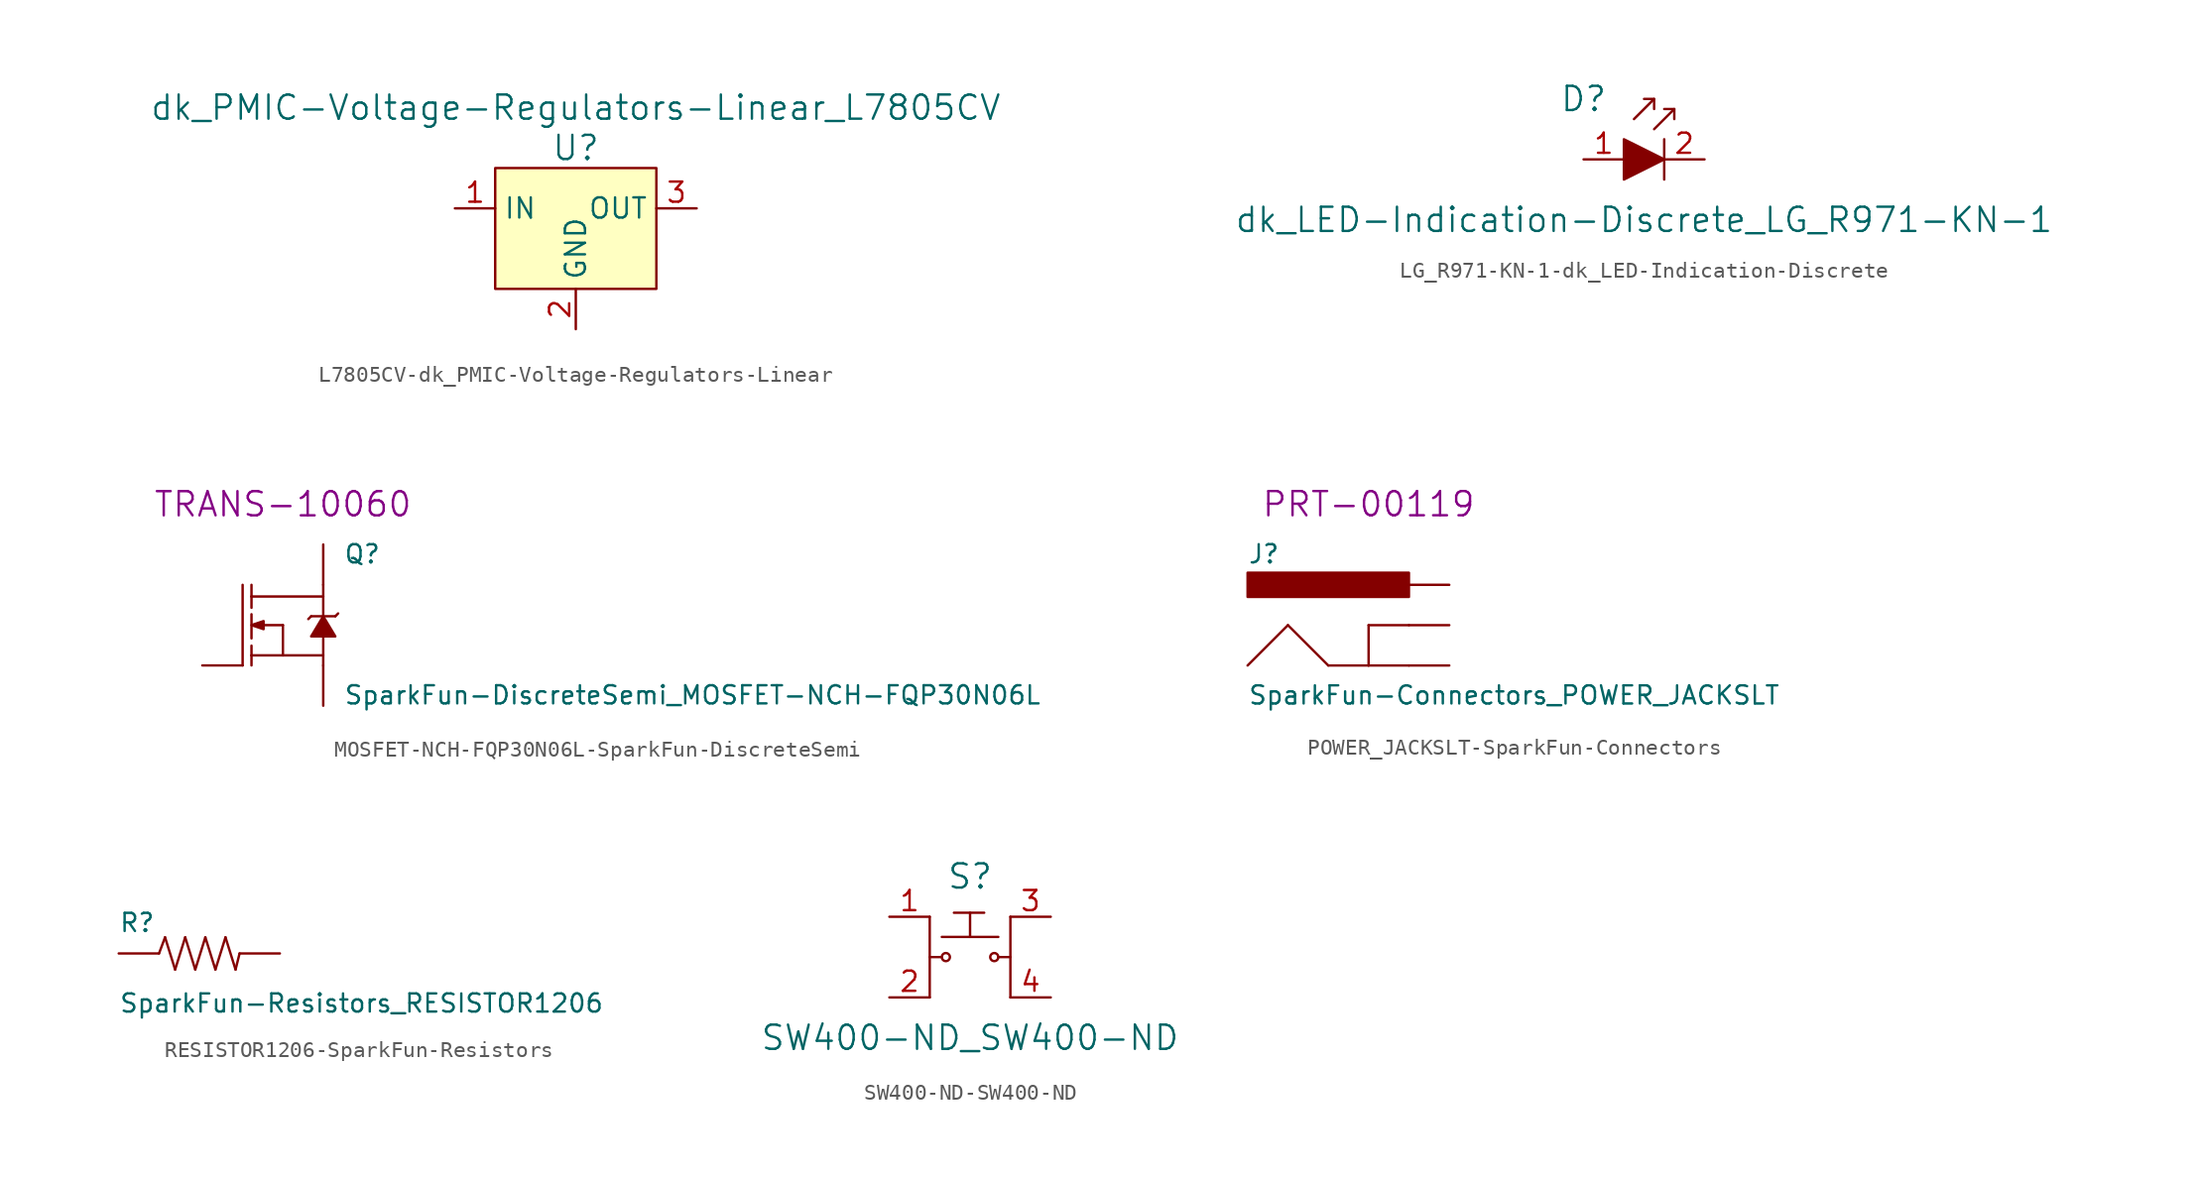
<source format=kicad_sym>
(kicad_symbol_lib
  (version 20231120)
  (generator "kicad_symbol_editor")
  (generator_version "8.0")
  (symbol "L7805CV-dk_PMIC-Voltage-Regulators-Linear"
    (property "Reference" "U"
      (at 0 3.81 0)
      (effects (font (size 1.524 1.524))))
    (property "Value" "dk_PMIC-Voltage-Regulators-Linear_L7805CV"
      (at 0 6.35 0)
      (effects (font (size 1.524 1.524))))
    (symbol "L7805CV-dk_PMIC-Voltage-Regulators-Linear_1_1"
      (rectangle (start -5.08 2.54) (end 5.08 -5.08) (stroke (width 0) (type solid)) (fill (type background)))
      (pin power_in line (at -7.62 0 0) (length 2.54) (name "IN" (effects (font (size 1.27 1.27)))) (number "1" (effects (font (size 1.27 1.27)))))
      (pin power_in line (at 0 -7.62 90) (length 2.54) (name "GND" (effects (font (size 1.27 1.27)))) (number "2" (effects (font (size 1.27 1.27)))))
      (pin power_out line (at 7.62 0 180) (length 2.54) (name "OUT" (effects (font (size 1.27 1.27)))) (number "3" (effects (font (size 1.27 1.27)))))))
  (symbol "LG_R971-KN-1-dk_LED-Indication-Discrete"
    (pin_names
      (offset 0))
    (property "Reference" "D"
      (at -5.08 3.81 0)
      (effects (font (size 1.524 1.524))))
    (property "Value" "dk_LED-Indication-Discrete_LG_R971-KN-1"
      (at -1.27 -3.81 0)
      (effects (font (size 1.524 1.524))))
    (symbol "LG_R971-KN-1-dk_LED-Indication-Discrete_0_1"
      (polyline (pts (xy -0.635 3.81) (xy -1.905 2.54)) (stroke (width 0) (type solid)) (fill (type none)))
      (polyline (pts (xy 0 1.27) (xy 0 -1.27)) (stroke (width 0) (type solid)) (fill (type none)))
      (polyline (pts (xy 0.635 3.175) (xy -0.635 1.905)) (stroke (width 0) (type solid)) (fill (type none)))
      (polyline (pts (xy -1.27 3.81) (xy -0.635 3.81) (xy -0.635 3.175)) (stroke (width 0) (type solid)) (fill (type none)))
      (polyline (pts (xy 0 3.175) (xy 0.635 3.175) (xy 0.635 2.54)) (stroke (width 0) (type solid)) (fill (type none)))
      (polyline (pts (xy -2.54 1.27) (xy -2.54 -1.27) (xy 0 0) (xy -2.54 1.27)) (stroke (width 0) (type solid)) (fill (type outline))))
    (symbol "LG_R971-KN-1-dk_LED-Indication-Discrete_1_1"
      (pin passive line (at -5.08 0 0) (length 2.54) (name "~" (effects (font (size 1.27 1.27)))) (number "1" (effects (font (size 1.27 1.27)))))
      (pin passive line (at 2.54 0 180) (length 2.54) (name "~" (effects (font (size 1.27 1.27)))) (number "2" (effects (font (size 1.27 1.27)))))))
  (symbol "MOSFET-NCH-FQP30N06L-SparkFun-DiscreteSemi"
    (pin_numbers hide)
    (pin_names
      (offset 1.016) hide)
    (property "Reference" "Q"
      (at 3.81 3.81 0)
      (effects (font (size 1.143 1.143)) (justify left bottom)))
    (property "Value" "SparkFun-DiscreteSemi_MOSFET-NCH-FQP30N06L"
      (at 3.81 -5.08 0)
      (effects (font (size 1.143 1.143)) (justify left bottom)))
    (property "Field5" "TRANS-10060"
      (at 0 7.62 0)
      (effects (font (size 1.524 1.524))))
    (property "ki_locked" ""
      (at 0 0 0)
      (effects (font (size 1.27 1.27))))
    (symbol "MOSFET-NCH-FQP30N06L-SparkFun-DiscreteSemi_1_0"
      (polyline (pts (xy -2.54 -2.54) (xy -2.54 2.54)) (stroke (width 0) (type solid)) (fill (type none)))
      (polyline (pts (xy -1.981 -1.905) (xy -1.981 -2.54)) (stroke (width 0) (type solid)) (fill (type none)))
      (polyline (pts (xy -1.981 -1.905) (xy 0 -1.905)) (stroke (width 0) (type solid)) (fill (type none)))
      (polyline (pts (xy -1.981 -1.295) (xy -1.981 -1.905)) (stroke (width 0) (type solid)) (fill (type none)))
      (polyline (pts (xy -1.981 0.686) (xy -1.981 -0.838)) (stroke (width 0) (type solid)) (fill (type none)))
      (polyline (pts (xy -1.981 1.803) (xy -1.981 1.092)) (stroke (width 0) (type solid)) (fill (type none)))
      (polyline (pts (xy -1.981 1.803) (xy 2.54 1.803)) (stroke (width 0) (type solid)) (fill (type none)))
      (polyline (pts (xy -1.981 2.54) (xy -1.981 1.803)) (stroke (width 0) (type solid)) (fill (type none)))
      (polyline (pts (xy 0 -1.905) (xy 0 0)) (stroke (width 0) (type solid)) (fill (type none)))
      (polyline (pts (xy 0 0) (xy -1.219 0)) (stroke (width 0) (type solid)) (fill (type none)))
      (polyline (pts (xy 1.6 0.381) (xy 1.778 0.559)) (stroke (width 0) (type solid)) (fill (type none)))
      (polyline (pts (xy 2.54 -2.54) (xy 2.54 -1.905)) (stroke (width 0) (type solid)) (fill (type none)))
      (polyline (pts (xy 2.54 -1.905) (xy 0 -1.905)) (stroke (width 0) (type solid)) (fill (type none)))
      (polyline (pts (xy 2.54 -0.711) (xy 2.54 -1.905)) (stroke (width 0) (type solid)) (fill (type none)))
      (polyline (pts (xy 2.54 0.559) (xy 1.778 0.559)) (stroke (width 0) (type solid)) (fill (type none)))
      (polyline (pts (xy 2.54 0.559) (xy 3.302 0.559)) (stroke (width 0) (type solid)) (fill (type none)))
      (polyline (pts (xy 2.54 1.803) (xy 2.54 0.559)) (stroke (width 0) (type solid)) (fill (type none)))
      (polyline (pts (xy 2.54 2.54) (xy 2.54 1.803)) (stroke (width 0) (type solid)) (fill (type none)))
      (polyline (pts (xy 3.302 0.559) (xy 3.48 0.737)) (stroke (width 0) (type solid)) (fill (type none))))
    (symbol "MOSFET-NCH-FQP30N06L-SparkFun-DiscreteSemi_1_1"
      (polyline (pts (xy -1.981 0) (xy -1.219 0.254) (xy -1.219 0.254) (xy -1.219 -0.254) (xy -1.219 -0.254) (xy -1.981 0)) (stroke (width 0) (type solid)) (fill (type outline)))
      (polyline (pts (xy 1.778 -0.711) (xy 2.54 0.559) (xy 2.54 0.559) (xy 3.302 -0.711) (xy 3.302 -0.711) (xy 1.778 -0.711)) (stroke (width 0) (type solid)) (fill (type outline)))
      (pin bidirectional line (at -5.08 -2.54 0) (length 2.54) (name "G" (effects (font (size 1.016 1.016)))) (number "1" (effects (font (size 1.016 1.016)))))
      (pin bidirectional line (at 2.54 5.08 270) (length 2.54) (name "D" (effects (font (size 1.016 1.016)))) (number "2" (effects (font (size 1.016 1.016)))))
      (pin bidirectional line (at 2.54 -5.08 90) (length 2.54) (name "S" (effects (font (size 1.016 1.016)))) (number "3" (effects (font (size 1.016 1.016)))))))
  (symbol "POWER_JACKSLT-SparkFun-Connectors"
    (pin_numbers hide)
    (pin_names
      (offset 1.016) hide)
    (property "Reference" "J"
      (at -7.62 3.81 0)
      (effects (font (size 1.143 1.143)) (justify left bottom)))
    (property "Value" "SparkFun-Connectors_POWER_JACKSLT"
      (at -7.62 -5.08 0)
      (effects (font (size 1.143 1.143)) (justify left bottom)))
    (property "Field5" "PRT-00119"
      (at 0 7.62 0)
      (effects (font (size 1.524 1.524))))
    (property "ki_locked" ""
      (at 0 0 0)
      (effects (font (size 1.27 1.27))))
    (symbol "POWER_JACKSLT-SparkFun-Connectors_1_0"
      (polyline (pts (xy -7.62 -2.54) (xy -5.08 0)) (stroke (width 0) (type solid)) (fill (type none)))
      (polyline (pts (xy -5.08 0) (xy -2.54 -2.54)) (stroke (width 0) (type solid)) (fill (type none)))
      (polyline (pts (xy -2.54 -2.54) (xy 0 -2.54)) (stroke (width 0) (type solid)) (fill (type none)))
      (polyline (pts (xy 0 -2.54) (xy 0 0)) (stroke (width 0) (type solid)) (fill (type none)))
      (polyline (pts (xy 0 -2.54) (xy 2.54 -2.54)) (stroke (width 0) (type solid)) (fill (type none)))
      (polyline (pts (xy 0 0) (xy 2.54 0)) (stroke (width 0) (type solid)) (fill (type none))))
    (symbol "POWER_JACKSLT-SparkFun-Connectors_1_1"
      (rectangle (start -7.62 1.778) (end 2.54 3.302) (stroke (width 0) (type solid)) (fill (type outline)))
      (pin bidirectional line (at 5.08 -2.54 180) (length 2.54) (name "GND" (effects (font (size 1.016 1.016)))) (number "GND@" (effects (font (size 1.016 1.016)))))
      (pin bidirectional line (at 5.08 0 180) (length 2.54) (name "GNDBREAK" (effects (font (size 1.016 1.016)))) (number "GND@" (effects (font (size 1.016 1.016)))))
      (pin bidirectional line (at 5.08 2.54 180) (length 2.54) (name "PWR" (effects (font (size 1.016 1.016)))) (number "PWR" (effects (font (size 1.016 1.016)))))))
  (symbol "RESISTOR1206-SparkFun-Resistors"
    (pin_numbers hide)
    (pin_names
      (offset 1.016) hide)
    (property "Reference" "R"
      (at -5.08 1.27 0)
      (effects (font (size 1.143 1.143)) (justify left bottom)))
    (property "Value" "SparkFun-Resistors_RESISTOR1206"
      (at -5.08 -3.81 0)
      (effects (font (size 1.143 1.143)) (justify left bottom)))
    (property "Field5" " "
      (at 0 5.08 0)
      (effects (font (size 1.524 1.524))))
    (property "ki_locked" ""
      (at 0 0 0)
      (effects (font (size 1.27 1.27))))
    (symbol "RESISTOR1206-SparkFun-Resistors_1_0"
      (polyline (pts (xy -2.54 0) (xy -2.159 1.016)) (stroke (width 0) (type solid)) (fill (type none)))
      (polyline (pts (xy -2.159 1.016) (xy -1.524 -1.016)) (stroke (width 0) (type solid)) (fill (type none)))
      (polyline (pts (xy -1.524 -1.016) (xy -0.889 1.016)) (stroke (width 0) (type solid)) (fill (type none)))
      (polyline (pts (xy -0.889 1.016) (xy -0.254 -1.016)) (stroke (width 0) (type solid)) (fill (type none)))
      (polyline (pts (xy -0.254 -1.016) (xy 0.381 1.016)) (stroke (width 0) (type solid)) (fill (type none)))
      (polyline (pts (xy 0.381 1.016) (xy 1.016 -1.016)) (stroke (width 0) (type solid)) (fill (type none)))
      (polyline (pts (xy 1.016 -1.016) (xy 1.651 1.016)) (stroke (width 0) (type solid)) (fill (type none)))
      (polyline (pts (xy 1.651 1.016) (xy 2.286 -1.016)) (stroke (width 0) (type solid)) (fill (type none)))
      (polyline (pts (xy 2.286 -1.016) (xy 2.54 0)) (stroke (width 0) (type solid)) (fill (type none))))
    (symbol "RESISTOR1206-SparkFun-Resistors_1_1"
      (pin passive line (at -5.08 0 0) (length 2.54) (name "1" (effects (font (size 1.016 1.016)))) (number "1" (effects (font (size 1.016 1.016)))))
      (pin passive line (at 5.08 0 180) (length 2.54) (name "2" (effects (font (size 1.016 1.016)))) (number "2" (effects (font (size 1.016 1.016)))))))
  (symbol "SW400-ND-SW400-ND"
    (pin_names
      (offset 1.016))
    (property "Reference" "S"
      (at 0 5.08 0)
      (effects (font (size 1.524 1.524))))
    (property "Value" "SW400-ND_SW400-ND"
      (at 0 -5.08 0)
      (effects (font (size 1.524 1.524))))
    (symbol "SW400-ND-SW400-ND_0_1"
      (circle (center -1.524 0) (radius 0.254) (stroke (width 0) (type solid)) (fill (type none)))
      (polyline (pts (xy -2.54 2.54) (xy -2.54 -2.54)) (stroke (width 0) (type solid)) (fill (type none)))
      (polyline (pts (xy -1.778 0) (xy -2.54 0)) (stroke (width 0) (type solid)) (fill (type none)))
      (polyline (pts (xy -1.778 1.27) (xy 1.778 1.27)) (stroke (width 0) (type solid)) (fill (type none)))
      (polyline (pts (xy 2.54 -2.54) (xy 2.54 2.54)) (stroke (width 0) (type solid)) (fill (type none)))
      (polyline (pts (xy 2.54 0) (xy 1.778 0)) (stroke (width 0) (type solid)) (fill (type none)))
      (circle (center 1.524 0) (radius 0.254) (stroke (width 0) (type solid)) (fill (type none))))
    (symbol "SW400-ND-SW400-ND_1_1"
      (polyline (pts (xy -1.016 2.794) (xy 0.889 2.794)) (stroke (width 0) (type solid)) (fill (type none)))
      (polyline (pts (xy 0 2.794) (xy 0 1.27)) (stroke (width 0) (type solid)) (fill (type none)))
      (pin passive line (at -5.08 2.54 0) (length 2.54) (name "~" (effects (font (size 1.27 1.27)))) (number "1" (effects (font (size 1.27 1.27)))))
      (pin passive line (at -5.08 -2.54 0) (length 2.54) (name "~" (effects (font (size 1.27 1.27)))) (number "2" (effects (font (size 1.27 1.27)))))
      (pin passive line (at 5.08 2.54 180) (length 2.54) (name "~" (effects (font (size 1.27 1.27)))) (number "3" (effects (font (size 1.27 1.27)))))
      (pin passive line (at 5.08 -2.54 180) (length 2.54) (name "~" (effects (font (size 1.27 1.27)))) (number "4" (effects (font (size 1.27 1.27))))))))
</source>
